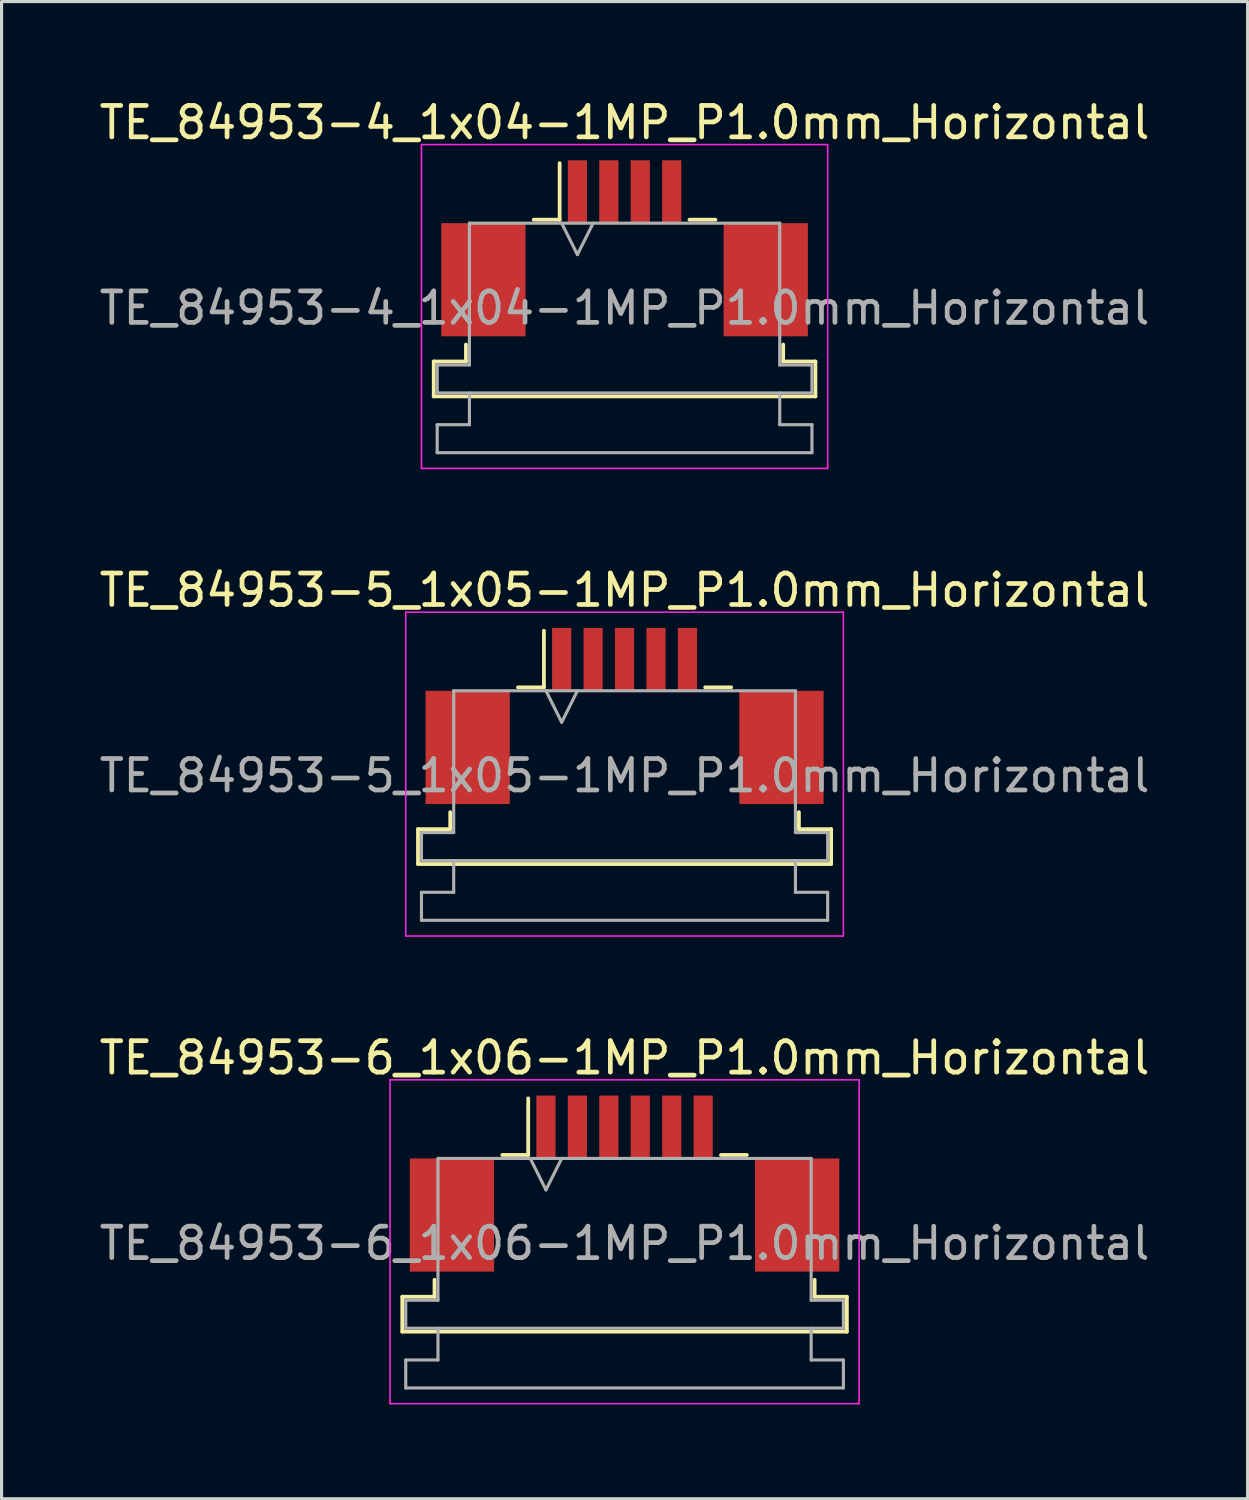
<source format=kicad_pcb>
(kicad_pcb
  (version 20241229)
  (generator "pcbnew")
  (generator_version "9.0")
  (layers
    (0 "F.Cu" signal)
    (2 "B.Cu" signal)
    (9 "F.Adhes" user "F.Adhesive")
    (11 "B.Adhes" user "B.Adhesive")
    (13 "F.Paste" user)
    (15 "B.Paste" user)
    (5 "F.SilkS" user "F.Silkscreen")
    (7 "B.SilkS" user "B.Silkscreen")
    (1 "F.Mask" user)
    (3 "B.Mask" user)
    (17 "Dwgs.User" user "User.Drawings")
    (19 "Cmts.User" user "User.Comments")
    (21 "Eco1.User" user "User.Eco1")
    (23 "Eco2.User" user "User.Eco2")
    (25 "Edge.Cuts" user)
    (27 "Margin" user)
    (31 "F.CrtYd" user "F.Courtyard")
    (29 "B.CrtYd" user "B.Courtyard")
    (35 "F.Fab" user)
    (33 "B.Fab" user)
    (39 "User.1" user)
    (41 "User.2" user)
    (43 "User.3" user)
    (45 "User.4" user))
  (footprint "TE_84953-4_1x04-1MP_P1.0mm_Horizontal"
    (layer "F.Cu")
    (at 16.815 4.848)
    (property "Reference" "TE_84953-4_1x04-1MP_P1.0mm_Horizontal" (at 0 -4 0) (layer "F.SilkS") (effects (font (size 1 1) (thickness 0.15))))
    (attr smd)
    (fp_line (start -6.07 3.6) (end -5.045 3.6) (stroke (width 0.12) (type solid)) (layer "F.SilkS"))
    (fp_line (start -6.07 4.71) (end -6.07 3.6) (stroke (width 0.12) (type solid)) (layer "F.SilkS"))
    (fp_line (start -5.045 3.6) (end -5.045 3.06) (stroke (width 0.12) (type solid)) (layer "F.SilkS"))
    (fp_line (start -2.89 -0.91) (end -2.065 -0.91) (stroke (width 0.12) (type solid)) (layer "F.SilkS"))
    (fp_line (start -2.065 -0.91) (end -2.065 -2.71) (stroke (width 0.12) (type solid)) (layer "F.SilkS"))
    (fp_line (start 2.065 -0.91) (end 2.89 -0.91) (stroke (width 0.12) (type solid)) (layer "F.SilkS"))
    (fp_line (start 5.045 3.06) (end 5.045 3.6) (stroke (width 0.12) (type solid)) (layer "F.SilkS"))
    (fp_line (start 5.045 3.6) (end 6.07 3.6) (stroke (width 0.12) (type solid)) (layer "F.SilkS"))
    (fp_line (start 6.07 3.6) (end 6.07 4.71) (stroke (width 0.12) (type solid)) (layer "F.SilkS"))
    (fp_line (start 6.07 4.71) (end -6.07 4.71) (stroke (width 0.12) (type solid)) (layer "F.SilkS"))
    (fp_line (start -6.46 -3.3) (end -6.46 7) (stroke (width 0.05) (type solid)) (layer "F.CrtYd"))
    (fp_line (start -6.46 7) (end 6.46 7) (stroke (width 0.05) (type solid)) (layer "F.CrtYd"))
    (fp_line (start 6.46 -3.3) (end -6.46 -3.3) (stroke (width 0.05) (type solid)) (layer "F.CrtYd"))
    (fp_line (start 6.46 7) (end 6.46 -3.3) (stroke (width 0.05) (type solid)) (layer "F.CrtYd"))
    (fp_line (start -5.96 3.71) (end -4.935 3.71) (stroke (width 0.1) (type solid)) (layer "F.Fab"))
    (fp_line (start -5.96 4.6) (end -5.96 3.71) (stroke (width 0.1) (type solid)) (layer "F.Fab"))
    (fp_line (start -5.96 5.61) (end -4.935 5.61) (stroke (width 0.1) (type solid)) (layer "F.Fab"))
    (fp_line (start -5.96 6.5) (end -5.96 5.61) (stroke (width 0.1) (type solid)) (layer "F.Fab"))
    (fp_line (start -4.935 -0.8) (end 4.935 -0.8) (stroke (width 0.1) (type solid)) (layer "F.Fab"))
    (fp_line (start -4.935 3.71) (end -4.935 -0.8) (stroke (width 0.1) (type solid)) (layer "F.Fab"))
    (fp_line (start -4.935 5.61) (end -4.935 4.6) (stroke (width 0.1) (type solid)) (layer "F.Fab"))
    (fp_line (start -2 -0.8) (end -1.5 0.2) (stroke (width 0.1) (type solid)) (layer "F.Fab"))
    (fp_line (start -1.5 0.2) (end -1 -0.8) (stroke (width 0.1) (type solid)) (layer "F.Fab"))
    (fp_line (start 4.935 -0.8) (end 4.935 3.71) (stroke (width 0.1) (type solid)) (layer "F.Fab"))
    (fp_line (start 4.935 3.71) (end 5.96 3.71) (stroke (width 0.1) (type solid)) (layer "F.Fab"))
    (fp_line (start 4.935 4.6) (end 4.935 5.61) (stroke (width 0.1) (type solid)) (layer "F.Fab"))
    (fp_line (start 4.935 5.61) (end 5.96 5.61) (stroke (width 0.1) (type solid)) (layer "F.Fab"))
    (fp_line (start 5.96 3.71) (end 5.96 4.6) (stroke (width 0.1) (type solid)) (layer "F.Fab"))
    (fp_line (start 5.96 4.6) (end -5.96 4.6) (stroke (width 0.1) (type solid)) (layer "F.Fab"))
    (fp_line (start 5.96 5.61) (end 5.96 6.5) (stroke (width 0.1) (type solid)) (layer "F.Fab"))
    (fp_line (start 5.96 6.5) (end -5.96 6.5) (stroke (width 0.1) (type solid)) (layer "F.Fab"))
    (fp_text user "${REFERENCE}" (at 0 1.9 0) (layer "F.Fab") (effects (font (size 1 1) (thickness 0.15))))
    (pad "1" smd rect (at -1.5 -1.8) (size 0.61 2) (layers "F.Cu" "F.Mask" "F.Paste"))
    (pad "2" smd rect (at -0.5 -1.8) (size 0.61 2) (layers "F.Cu" "F.Mask" "F.Paste"))
    (pad "3" smd rect (at 0.5 -1.8) (size 0.61 2) (layers "F.Cu" "F.Mask" "F.Paste"))
    (pad "4" smd rect (at 1.5 -1.8) (size 0.61 2) (layers "F.Cu" "F.Mask" "F.Paste"))
    (pad "MP" smd rect (at -4.49 1) (size 2.68 3.6) (layers "F.Cu" "F.Mask" "F.Paste"))
    (pad "MP" smd rect (at 4.49 1) (size 2.68 3.6) (layers "F.Cu" "F.Mask" "F.Paste")))
  (footprint "TE_84953-6_1x06-1MP_P1.0mm_Horizontal"
    (layer "F.Cu")
    (at 16.815 34.595)
    (property "Reference" "TE_84953-6_1x06-1MP_P1.0mm_Horizontal" (at 0 -4 0) (layer "F.SilkS") (effects (font (size 1 1) (thickness 0.15))))
    (attr smd)
    (fp_line (start -7.07 3.6) (end -6.045 3.6) (stroke (width 0.12) (type solid)) (layer "F.SilkS"))
    (fp_line (start -7.07 4.71) (end -7.07 3.6) (stroke (width 0.12) (type solid)) (layer "F.SilkS"))
    (fp_line (start -6.045 3.6) (end -6.045 3.06) (stroke (width 0.12) (type solid)) (layer "F.SilkS"))
    (fp_line (start -3.89 -0.91) (end -3.065 -0.91) (stroke (width 0.12) (type solid)) (layer "F.SilkS"))
    (fp_line (start -3.065 -0.91) (end -3.065 -2.71) (stroke (width 0.12) (type solid)) (layer "F.SilkS"))
    (fp_line (start 3.065 -0.91) (end 3.89 -0.91) (stroke (width 0.12) (type solid)) (layer "F.SilkS"))
    (fp_line (start 6.045 3.06) (end 6.045 3.6) (stroke (width 0.12) (type solid)) (layer "F.SilkS"))
    (fp_line (start 6.045 3.6) (end 7.07 3.6) (stroke (width 0.12) (type solid)) (layer "F.SilkS"))
    (fp_line (start 7.07 3.6) (end 7.07 4.71) (stroke (width 0.12) (type solid)) (layer "F.SilkS"))
    (fp_line (start 7.07 4.71) (end -7.07 4.71) (stroke (width 0.12) (type solid)) (layer "F.SilkS"))
    (fp_line (start -7.46 -3.3) (end -7.46 7) (stroke (width 0.05) (type solid)) (layer "F.CrtYd"))
    (fp_line (start -7.46 7) (end 7.46 7) (stroke (width 0.05) (type solid)) (layer "F.CrtYd"))
    (fp_line (start 7.46 -3.3) (end -7.46 -3.3) (stroke (width 0.05) (type solid)) (layer "F.CrtYd"))
    (fp_line (start 7.46 7) (end 7.46 -3.3) (stroke (width 0.05) (type solid)) (layer "F.CrtYd"))
    (fp_line (start -6.96 3.71) (end -5.935 3.71) (stroke (width 0.1) (type solid)) (layer "F.Fab"))
    (fp_line (start -6.96 4.6) (end -6.96 3.71) (stroke (width 0.1) (type solid)) (layer "F.Fab"))
    (fp_line (start -6.96 5.61) (end -5.935 5.61) (stroke (width 0.1) (type solid)) (layer "F.Fab"))
    (fp_line (start -6.96 6.5) (end -6.96 5.61) (stroke (width 0.1) (type solid)) (layer "F.Fab"))
    (fp_line (start -5.935 -0.8) (end 5.935 -0.8) (stroke (width 0.1) (type solid)) (layer "F.Fab"))
    (fp_line (start -5.935 3.71) (end -5.935 -0.8) (stroke (width 0.1) (type solid)) (layer "F.Fab"))
    (fp_line (start -5.935 5.61) (end -5.935 4.6) (stroke (width 0.1) (type solid)) (layer "F.Fab"))
    (fp_line (start -3 -0.8) (end -2.5 0.2) (stroke (width 0.1) (type solid)) (layer "F.Fab"))
    (fp_line (start -2.5 0.2) (end -2 -0.8) (stroke (width 0.1) (type solid)) (layer "F.Fab"))
    (fp_line (start 5.935 -0.8) (end 5.935 3.71) (stroke (width 0.1) (type solid)) (layer "F.Fab"))
    (fp_line (start 5.935 3.71) (end 6.96 3.71) (stroke (width 0.1) (type solid)) (layer "F.Fab"))
    (fp_line (start 5.935 4.6) (end 5.935 5.61) (stroke (width 0.1) (type solid)) (layer "F.Fab"))
    (fp_line (start 5.935 5.61) (end 6.96 5.61) (stroke (width 0.1) (type solid)) (layer "F.Fab"))
    (fp_line (start 6.96 3.71) (end 6.96 4.6) (stroke (width 0.1) (type solid)) (layer "F.Fab"))
    (fp_line (start 6.96 4.6) (end -6.96 4.6) (stroke (width 0.1) (type solid)) (layer "F.Fab"))
    (fp_line (start 6.96 5.61) (end 6.96 6.5) (stroke (width 0.1) (type solid)) (layer "F.Fab"))
    (fp_line (start 6.96 6.5) (end -6.96 6.5) (stroke (width 0.1) (type solid)) (layer "F.Fab"))
    (fp_text user "${REFERENCE}" (at 0 1.9 0) (layer "F.Fab") (effects (font (size 1 1) (thickness 0.15))))
    (pad "1" smd rect (at -2.5 -1.8) (size 0.61 2) (layers "F.Cu" "F.Mask" "F.Paste"))
    (pad "2" smd rect (at -1.5 -1.8) (size 0.61 2) (layers "F.Cu" "F.Mask" "F.Paste"))
    (pad "3" smd rect (at -0.5 -1.8) (size 0.61 2) (layers "F.Cu" "F.Mask" "F.Paste"))
    (pad "4" smd rect (at 0.5 -1.8) (size 0.61 2) (layers "F.Cu" "F.Mask" "F.Paste"))
    (pad "5" smd rect (at 1.5 -1.8) (size 0.61 2) (layers "F.Cu" "F.Mask" "F.Paste"))
    (pad "6" smd rect (at 2.5 -1.8) (size 0.61 2) (layers "F.Cu" "F.Mask" "F.Paste"))
    (pad "MP" smd rect (at -5.49 1) (size 2.68 3.6) (layers "F.Cu" "F.Mask" "F.Paste"))
    (pad "MP" smd rect (at 5.49 1) (size 2.68 3.6) (layers "F.Cu" "F.Mask" "F.Paste")))
  (footprint "TE_84953-5_1x05-1MP_P1.0mm_Horizontal"
    (layer "F.Cu")
    (at 16.815 19.721)
    (property "Reference" "TE_84953-5_1x05-1MP_P1.0mm_Horizontal" (at 0 -4 0) (layer "F.SilkS") (effects (font (size 1 1) (thickness 0.15))))
    (attr smd)
    (fp_line (start -6.57 3.6) (end -5.545 3.6) (stroke (width 0.12) (type solid)) (layer "F.SilkS"))
    (fp_line (start -6.57 4.71) (end -6.57 3.6) (stroke (width 0.12) (type solid)) (layer "F.SilkS"))
    (fp_line (start -5.545 3.6) (end -5.545 3.06) (stroke (width 0.12) (type solid)) (layer "F.SilkS"))
    (fp_line (start -3.39 -0.91) (end -2.565 -0.91) (stroke (width 0.12) (type solid)) (layer "F.SilkS"))
    (fp_line (start -2.565 -0.91) (end -2.565 -2.71) (stroke (width 0.12) (type solid)) (layer "F.SilkS"))
    (fp_line (start 2.565 -0.91) (end 3.39 -0.91) (stroke (width 0.12) (type solid)) (layer "F.SilkS"))
    (fp_line (start 5.545 3.06) (end 5.545 3.6) (stroke (width 0.12) (type solid)) (layer "F.SilkS"))
    (fp_line (start 5.545 3.6) (end 6.57 3.6) (stroke (width 0.12) (type solid)) (layer "F.SilkS"))
    (fp_line (start 6.57 3.6) (end 6.57 4.71) (stroke (width 0.12) (type solid)) (layer "F.SilkS"))
    (fp_line (start 6.57 4.71) (end -6.57 4.71) (stroke (width 0.12) (type solid)) (layer "F.SilkS"))
    (fp_line (start -6.96 -3.3) (end -6.96 7) (stroke (width 0.05) (type solid)) (layer "F.CrtYd"))
    (fp_line (start -6.96 7) (end 6.96 7) (stroke (width 0.05) (type solid)) (layer "F.CrtYd"))
    (fp_line (start 6.96 -3.3) (end -6.96 -3.3) (stroke (width 0.05) (type solid)) (layer "F.CrtYd"))
    (fp_line (start 6.96 7) (end 6.96 -3.3) (stroke (width 0.05) (type solid)) (layer "F.CrtYd"))
    (fp_line (start -6.46 3.71) (end -5.435 3.71) (stroke (width 0.1) (type solid)) (layer "F.Fab"))
    (fp_line (start -6.46 4.6) (end -6.46 3.71) (stroke (width 0.1) (type solid)) (layer "F.Fab"))
    (fp_line (start -6.46 5.61) (end -5.435 5.61) (stroke (width 0.1) (type solid)) (layer "F.Fab"))
    (fp_line (start -6.46 6.5) (end -6.46 5.61) (stroke (width 0.1) (type solid)) (layer "F.Fab"))
    (fp_line (start -5.435 -0.8) (end 5.435 -0.8) (stroke (width 0.1) (type solid)) (layer "F.Fab"))
    (fp_line (start -5.435 3.71) (end -5.435 -0.8) (stroke (width 0.1) (type solid)) (layer "F.Fab"))
    (fp_line (start -5.435 5.61) (end -5.435 4.6) (stroke (width 0.1) (type solid)) (layer "F.Fab"))
    (fp_line (start -2.5 -0.8) (end -2 0.2) (stroke (width 0.1) (type solid)) (layer "F.Fab"))
    (fp_line (start -2 0.2) (end -1.5 -0.8) (stroke (width 0.1) (type solid)) (layer "F.Fab"))
    (fp_line (start 5.435 -0.8) (end 5.435 3.71) (stroke (width 0.1) (type solid)) (layer "F.Fab"))
    (fp_line (start 5.435 3.71) (end 6.46 3.71) (stroke (width 0.1) (type solid)) (layer "F.Fab"))
    (fp_line (start 5.435 4.6) (end 5.435 5.61) (stroke (width 0.1) (type solid)) (layer "F.Fab"))
    (fp_line (start 5.435 5.61) (end 6.46 5.61) (stroke (width 0.1) (type solid)) (layer "F.Fab"))
    (fp_line (start 6.46 3.71) (end 6.46 4.6) (stroke (width 0.1) (type solid)) (layer "F.Fab"))
    (fp_line (start 6.46 4.6) (end -6.46 4.6) (stroke (width 0.1) (type solid)) (layer "F.Fab"))
    (fp_line (start 6.46 5.61) (end 6.46 6.5) (stroke (width 0.1) (type solid)) (layer "F.Fab"))
    (fp_line (start 6.46 6.5) (end -6.46 6.5) (stroke (width 0.1) (type solid)) (layer "F.Fab"))
    (fp_text user "${REFERENCE}" (at 0 1.9 0) (layer "F.Fab") (effects (font (size 1 1) (thickness 0.15))))
    (pad "1" smd rect (at -2 -1.8) (size 0.61 2) (layers "F.Cu" "F.Mask" "F.Paste"))
    (pad "2" smd rect (at -1 -1.8) (size 0.61 2) (layers "F.Cu" "F.Mask" "F.Paste"))
    (pad "3" smd rect (at 0 -1.8) (size 0.61 2) (layers "F.Cu" "F.Mask" "F.Paste"))
    (pad "4" smd rect (at 1 -1.8) (size 0.61 2) (layers "F.Cu" "F.Mask" "F.Paste"))
    (pad "5" smd rect (at 2 -1.8) (size 0.61 2) (layers "F.Cu" "F.Mask" "F.Paste"))
    (pad "MP" smd rect (at -4.99 1) (size 2.68 3.6) (layers "F.Cu" "F.Mask" "F.Paste"))
    (pad "MP" smd rect (at 4.99 1) (size 2.68 3.6) (layers "F.Cu" "F.Mask" "F.Paste")))
  (gr_rect
    (start -3 -3)
    (end 36.631 44.62)
    (stroke (width 0.1) (type default))
    (fill no)
    (layer "Edge.Cuts")))
</source>
